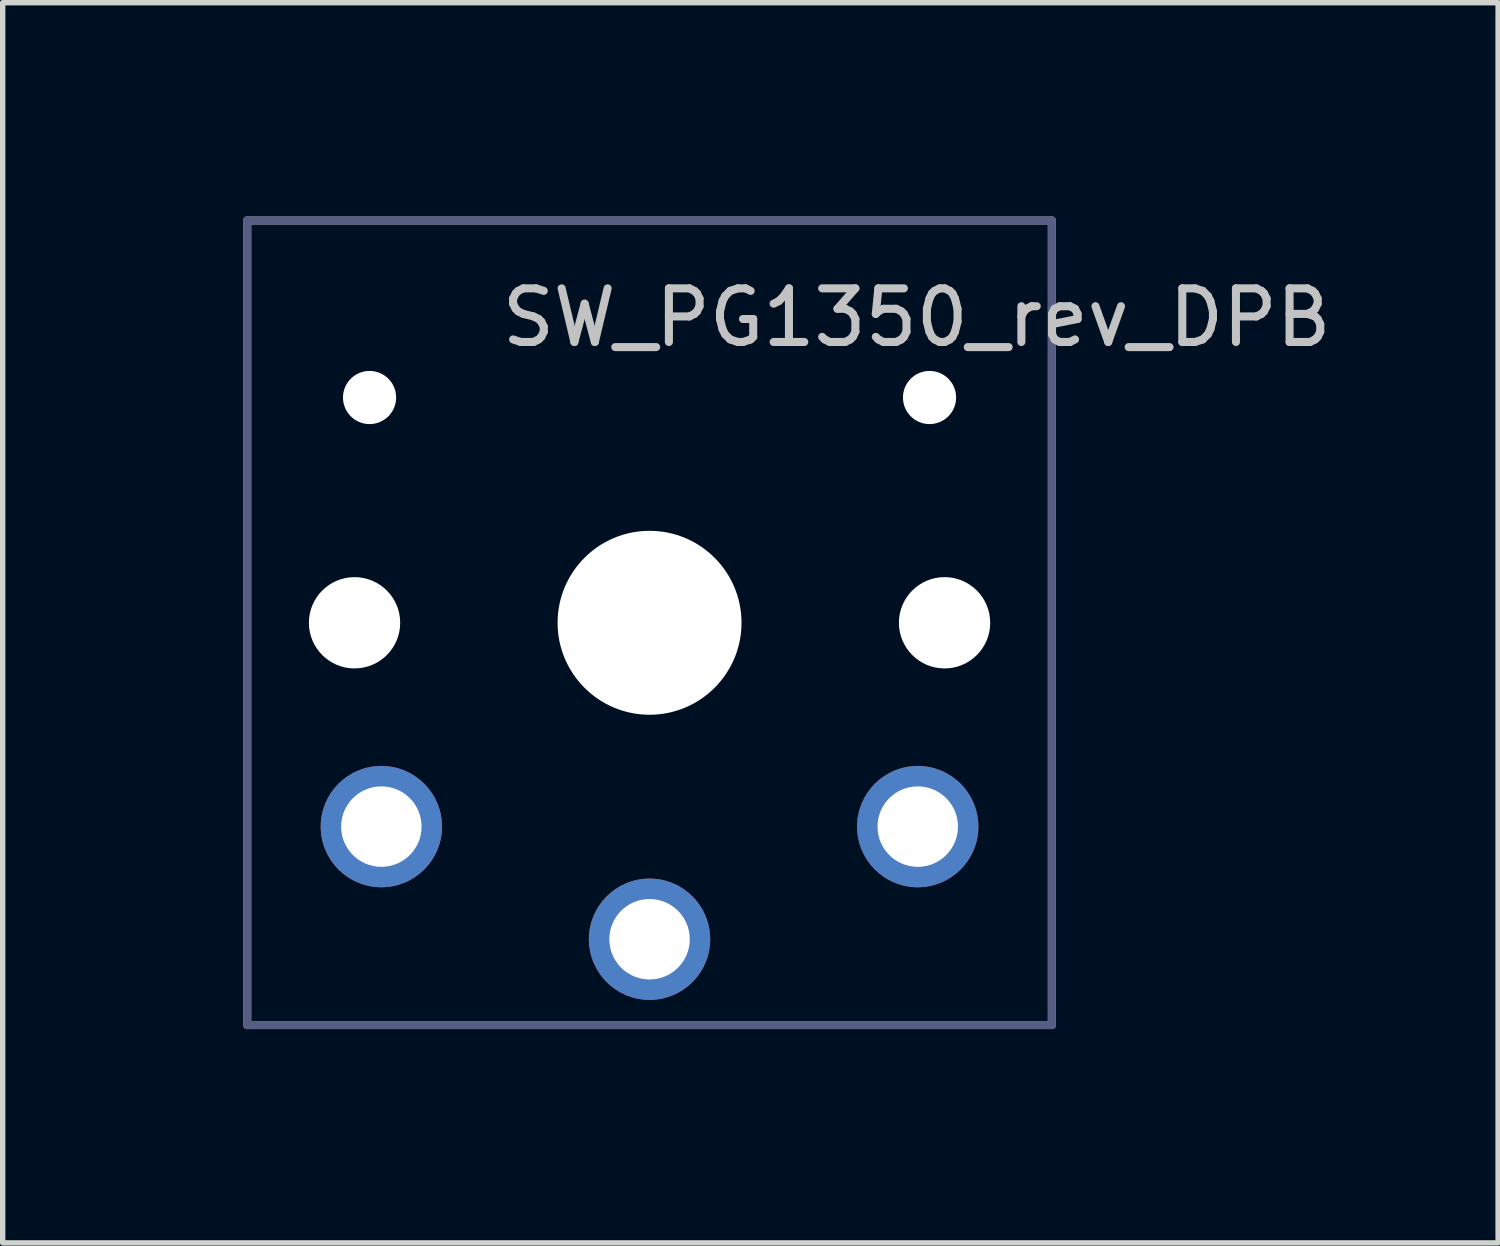
<source format=kicad_pcb>
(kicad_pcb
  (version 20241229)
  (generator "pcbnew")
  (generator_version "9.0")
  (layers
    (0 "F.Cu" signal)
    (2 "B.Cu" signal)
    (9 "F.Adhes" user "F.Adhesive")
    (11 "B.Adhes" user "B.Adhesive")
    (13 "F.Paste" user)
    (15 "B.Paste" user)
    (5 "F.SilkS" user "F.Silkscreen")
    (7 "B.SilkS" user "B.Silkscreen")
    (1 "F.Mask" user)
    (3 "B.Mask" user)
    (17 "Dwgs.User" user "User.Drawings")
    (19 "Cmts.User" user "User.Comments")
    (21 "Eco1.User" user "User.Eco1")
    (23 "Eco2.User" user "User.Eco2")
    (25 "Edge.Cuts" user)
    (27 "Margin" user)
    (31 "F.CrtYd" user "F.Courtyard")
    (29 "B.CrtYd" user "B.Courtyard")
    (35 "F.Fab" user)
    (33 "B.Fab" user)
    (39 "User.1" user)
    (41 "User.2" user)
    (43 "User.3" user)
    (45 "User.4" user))
  (footprint "SW_PG1350_rev_DPB"
    (layer "F.Cu")
    (at 9.06 8.561)
    (property "Reference" "SW_PG1350_rev_DPB" (at 4.98 -5.69 180) (layer "Dwgs.User") (effects (font (size 1 1) (thickness 0.15))))
    (attr through_hole)
    (fp_line (start -9 8.136) (end -8.994 -8.1) (stroke (width 0.12) (type solid)) (layer "Eco1.User"))
    (fp_line (start -8.63 -8.5) (end 8.6 -8.5) (stroke (width 0.12) (type solid)) (layer "Eco1.User"))
    (fp_line (start -8.6 8.5) (end 8.636 8.5) (stroke (width 0.12) (type solid)) (layer "Eco1.User"))
    (fp_line (start 9 8.1) (end 9 -8.136) (stroke (width 0.12) (type solid)) (layer "Eco1.User"))
    (fp_arc (start -8.994011 -8.099594) (mid -8.898745 -8.378652) (end -8.63 -8.5) (stroke (width 0.12) (type solid)) (layer "Eco1.User"))
    (fp_arc (start -8.6 8.49968) (mid -8.879058 8.404414) (end -9.000406 8.135669) (stroke (width 0.12) (type solid)) (layer "Eco1.User"))
    (fp_arc (start 8.599915 -8.5) (mid 8.878978 -8.404734) (end 9.000321 -8.135989) (stroke (width 0.12) (type solid)) (layer "Eco1.User"))
    (fp_arc (start 9 8.1) (mid 8.904724 8.37905) (end 8.635989 8.500406) (stroke (width 0.12) (type solid)) (layer "Eco1.User"))
    (fp_line (start -6.9 6.9) (end -6.9 -6.9) (stroke (width 0.15) (type solid)) (layer "Eco2.User"))
    (fp_line (start -6.9 6.9) (end 6.9 6.9) (stroke (width 0.15) (type solid)) (layer "Eco2.User"))
    (fp_line (start -2.6 -3.1) (end -2.6 -6.3) (stroke (width 0.15) (type solid)) (layer "Eco2.User"))
    (fp_line (start -2.6 -3.1) (end 2.6 -3.1) (stroke (width 0.15) (type solid)) (layer "Eco2.User"))
    (fp_line (start 2.6 -6.3) (end -2.6 -6.3) (stroke (width 0.15) (type solid)) (layer "Eco2.User"))
    (fp_line (start 2.6 -3.1) (end 2.6 -6.3) (stroke (width 0.15) (type solid)) (layer "Eco2.User"))
    (fp_line (start 6.9 -6.9) (end -6.9 -6.9) (stroke (width 0.15) (type solid)) (layer "Eco2.User"))
    (fp_line (start 6.9 -6.9) (end 6.9 6.9) (stroke (width 0.15) (type solid)) (layer "Eco2.User"))
    (fp_line (start -7.5 -7.5) (end 7.5 -7.5) (stroke (width 0.15) (type solid)) (layer "B.Fab"))
    (fp_line (start -7.5 7.5) (end -7.5 -7.5) (stroke (width 0.15) (type solid)) (layer "B.Fab"))
    (fp_line (start 7.5 -7.5) (end 7.5 7.5) (stroke (width 0.15) (type solid)) (layer "B.Fab"))
    (fp_line (start 7.5 7.5) (end -7.5 7.5) (stroke (width 0.15) (type solid)) (layer "B.Fab"))
    (fp_line (start -7.5 -7.5) (end 7.5 -7.5) (stroke (width 0.15) (type solid)) (layer "F.Fab"))
    (fp_line (start -7.5 7.5) (end -7.5 -7.5) (stroke (width 0.15) (type solid)) (layer "F.Fab"))
    (fp_line (start 7.5 -7.5) (end 7.5 7.5) (stroke (width 0.15) (type solid)) (layer "F.Fab"))
    (fp_line (start 7.5 7.5) (end -7.5 7.5) (stroke (width 0.15) (type solid)) (layer "F.Fab"))
    (pad "" np_thru_hole circle (at -5.5 0) (size 1.702 1.702) (drill 1.702) (layers "*.Cu" "*.Mask"))
    (pad "" np_thru_hole circle (at -5.22 -4.2) (size 0.991 0.991) (drill 0.991) (layers "*.Cu" "*.Mask"))
    (pad "" np_thru_hole circle (at 0 0) (size 3.429 3.429) (drill 3.429) (layers "*.Cu" "*.Mask"))
    (pad "" np_thru_hole circle (at 5.22 -4.2) (size 0.991 0.991) (drill 0.991) (layers "*.Cu" "*.Mask"))
    (pad "" np_thru_hole circle (at 5.5 0) (size 1.702 1.702) (drill 1.702) (layers "*.Cu" "*.Mask"))
    (pad "1" thru_hole circle (at 0 5.9) (size 2.262 2.262) (drill 1.5) (layers "*.Cu" "*.Mask"))
    (pad "2" thru_hole circle (at -5 3.8) (size 2.262 2.262) (drill 1.5) (layers "*.Cu" "*.Mask"))
    (pad "2" thru_hole circle (at 5 3.8) (size 2.262 2.262) (drill 1.5) (layers "*.Cu" "*.Mask")))
  (gr_rect
    (start -3 -3)
    (end 24.88 20.122)
    (stroke (width 0.1) (type default))
    (fill no)
    (layer "Edge.Cuts")))
</source>
